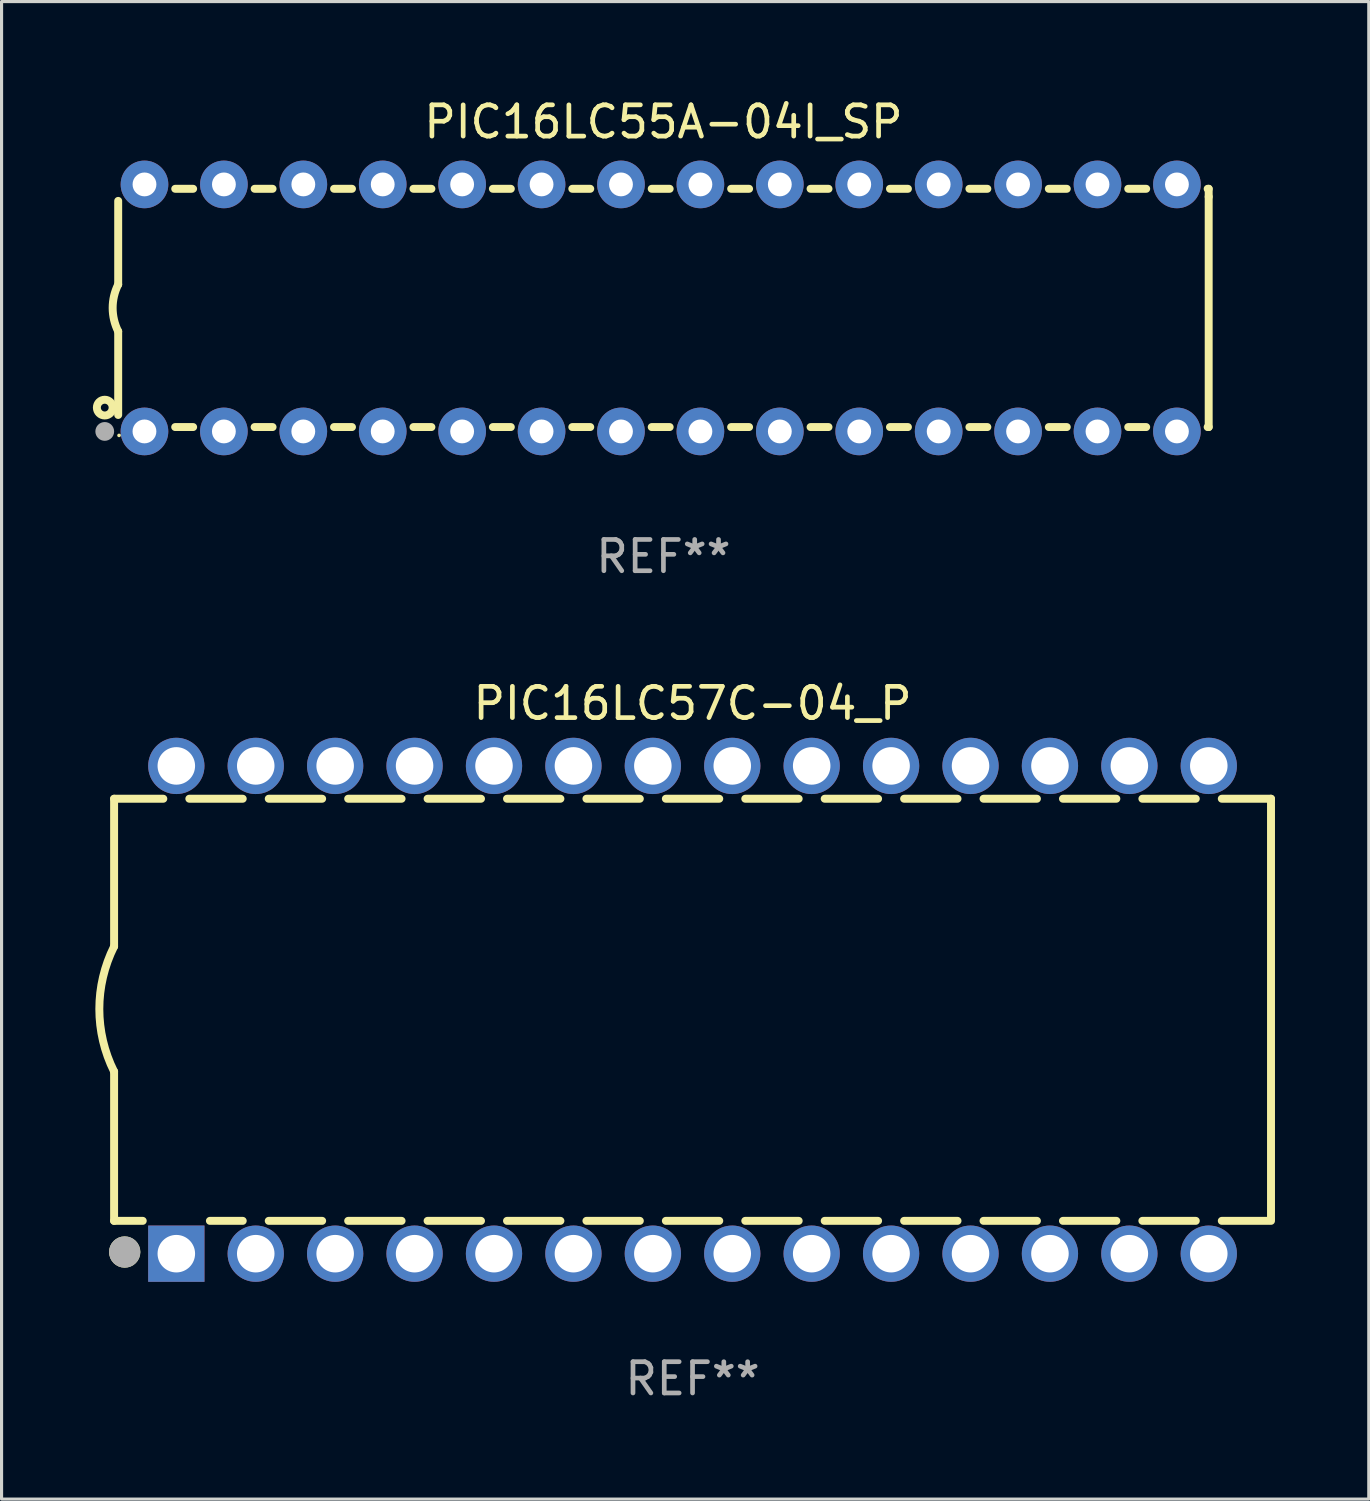
<source format=kicad_pcb>
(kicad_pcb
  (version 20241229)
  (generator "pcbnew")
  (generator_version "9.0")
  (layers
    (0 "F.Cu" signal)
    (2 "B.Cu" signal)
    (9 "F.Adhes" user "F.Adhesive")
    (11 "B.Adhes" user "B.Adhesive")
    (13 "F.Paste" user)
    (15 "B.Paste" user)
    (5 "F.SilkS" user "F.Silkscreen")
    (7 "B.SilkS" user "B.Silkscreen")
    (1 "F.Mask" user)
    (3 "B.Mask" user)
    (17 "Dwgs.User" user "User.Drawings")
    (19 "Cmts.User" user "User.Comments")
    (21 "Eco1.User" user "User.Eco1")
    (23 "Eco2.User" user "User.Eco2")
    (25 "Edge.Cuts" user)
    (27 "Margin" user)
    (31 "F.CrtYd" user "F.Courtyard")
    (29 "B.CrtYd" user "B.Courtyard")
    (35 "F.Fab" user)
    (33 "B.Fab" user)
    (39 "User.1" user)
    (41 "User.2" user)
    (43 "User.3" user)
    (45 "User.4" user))
  (footprint "PIC16LC55A-04I_SP"
    (layer "F.Cu")
    (at 18.168 6.798)
    (property "Reference" "PIC16LC55A-04I_SP" (at 0 -5.95 0) (layer "F.SilkS") (effects (font (size 1 1) (thickness 0.15))))
    (attr through_hole)
    (fp_line (start -17.438 0.75) (end -17.438 3.423) (stroke (width 0.254) (type solid)) (layer "F.SilkS"))
    (fp_line (start -17.438 -3.423) (end -17.438 -0.75) (stroke (width 0.254) (type solid)) (layer "F.SilkS"))
    (fp_line (start -15.615 3.81) (end -15.041 3.81) (stroke (width 0.254) (type solid)) (layer "F.SilkS"))
    (fp_line (start -15.041 -3.81) (end -15.614 -3.81) (stroke (width 0.254) (type solid)) (layer "F.SilkS"))
    (fp_line (start -13.075 3.81) (end -12.501 3.81) (stroke (width 0.254) (type solid)) (layer "F.SilkS"))
    (fp_line (start -12.501 -3.81) (end -13.074 -3.81) (stroke (width 0.254) (type solid)) (layer "F.SilkS"))
    (fp_line (start -10.535 3.81) (end -9.961 3.81) (stroke (width 0.254) (type solid)) (layer "F.SilkS"))
    (fp_line (start -9.961 -3.81) (end -10.534 -3.81) (stroke (width 0.254) (type solid)) (layer "F.SilkS"))
    (fp_line (start -7.995 3.81) (end -7.421 3.81) (stroke (width 0.254) (type solid)) (layer "F.SilkS"))
    (fp_line (start -7.421 -3.81) (end -7.995 -3.81) (stroke (width 0.254) (type solid)) (layer "F.SilkS"))
    (fp_line (start -5.455 3.81) (end -4.881 3.81) (stroke (width 0.254) (type solid)) (layer "F.SilkS"))
    (fp_line (start -4.881 -3.81) (end -5.455 -3.81) (stroke (width 0.254) (type solid)) (layer "F.SilkS"))
    (fp_line (start -2.915 3.81) (end -2.341 3.81) (stroke (width 0.254) (type solid)) (layer "F.SilkS"))
    (fp_line (start -2.341 -3.81) (end -2.915 -3.81) (stroke (width 0.254) (type solid)) (layer "F.SilkS"))
    (fp_line (start -0.375 3.81) (end 0.199 3.81) (stroke (width 0.254) (type solid)) (layer "F.SilkS"))
    (fp_line (start 0.199 -3.81) (end -0.375 -3.81) (stroke (width 0.254) (type solid)) (layer "F.SilkS"))
    (fp_line (start 2.165 3.81) (end 2.739 3.81) (stroke (width 0.254) (type solid)) (layer "F.SilkS"))
    (fp_line (start 2.739 -3.81) (end 2.165 -3.81) (stroke (width 0.254) (type solid)) (layer "F.SilkS"))
    (fp_line (start 4.705 3.81) (end 5.279 3.81) (stroke (width 0.254) (type solid)) (layer "F.SilkS"))
    (fp_line (start 5.279 -3.81) (end 4.705 -3.81) (stroke (width 0.254) (type solid)) (layer "F.SilkS"))
    (fp_line (start 7.245 3.81) (end 7.819 3.81) (stroke (width 0.254) (type solid)) (layer "F.SilkS"))
    (fp_line (start 7.819 -3.81) (end 7.245 -3.81) (stroke (width 0.254) (type solid)) (layer "F.SilkS"))
    (fp_line (start 9.785 3.81) (end 10.359 3.81) (stroke (width 0.254) (type solid)) (layer "F.SilkS"))
    (fp_line (start 10.359 -3.81) (end 9.785 -3.81) (stroke (width 0.254) (type solid)) (layer "F.SilkS"))
    (fp_line (start 12.325 3.81) (end 12.899 3.81) (stroke (width 0.254) (type solid)) (layer "F.SilkS"))
    (fp_line (start 12.899 -3.81) (end 12.325 -3.81) (stroke (width 0.254) (type solid)) (layer "F.SilkS"))
    (fp_line (start 14.865 3.81) (end 15.439 3.81) (stroke (width 0.254) (type solid)) (layer "F.SilkS"))
    (fp_line (start 15.439 -3.81) (end 14.865 -3.81) (stroke (width 0.254) (type solid)) (layer "F.SilkS"))
    (fp_line (start 17.405 3.81) (end 17.438 3.81) (stroke (width 0.254) (type solid)) (layer "F.SilkS"))
    (fp_line (start 17.438 -3.81) (end 17.405 -3.81) (stroke (width 0.254) (type solid)) (layer "F.SilkS"))
    (fp_line (start 17.438 -3.556) (end 17.438 -3.81) (stroke (width 0.254) (type solid)) (layer "F.SilkS"))
    (fp_line (start 17.438 3.81) (end 17.438 -3.556) (stroke (width 0.254) (type solid)) (layer "F.SilkS"))
    (fp_arc (start -17.437986 0.749657) (mid -17.614887 -0.000024) (end -17.437783 -0.749657) (stroke (width 0.254001) (type solid)) (layer "F.SilkS"))
    (fp_circle (center -17.868 3.188) (end -17.743 3.188) (stroke (width 0.254) (type solid)) (fill no) (layer "F.SilkS"))
    (fp_circle (center -17.411 4.077) (end -17.381 4.077) (stroke (width 0.06) (type solid)) (fill no) (layer "F.SilkS"))
    (fp_circle (center -17.868 3.95) (end -17.718 3.95) (stroke (width 0.3) (type solid)) (fill no) (layer "F.Fab"))
    (fp_text user "REF**" (at 0 7.95 0) (layer "F.Fab") (effects (font (size 1 1) (thickness 0.15))))
    (pad "1" thru_hole circle (at -16.598 3.95) (size 1.524 1.524) (drill 0.762) (layers "*.Cu" "*.Mask"))
    (pad "2" thru_hole circle (at -14.058 3.95) (size 1.524 1.524) (drill 0.762) (layers "*.Cu" "*.Mask"))
    (pad "3" thru_hole circle (at -11.518 3.95) (size 1.524 1.524) (drill 0.762) (layers "*.Cu" "*.Mask"))
    (pad "4" thru_hole circle (at -8.978 3.95) (size 1.524 1.524) (drill 0.762) (layers "*.Cu" "*.Mask"))
    (pad "5" thru_hole circle (at -6.438 3.95) (size 1.524 1.524) (drill 0.762) (layers "*.Cu" "*.Mask"))
    (pad "6" thru_hole circle (at -3.898 3.95) (size 1.524 1.524) (drill 0.762) (layers "*.Cu" "*.Mask"))
    (pad "7" thru_hole circle (at -1.358 3.95) (size 1.524 1.524) (drill 0.762) (layers "*.Cu" "*.Mask"))
    (pad "8" thru_hole circle (at 1.182 3.95) (size 1.524 1.524) (drill 0.762) (layers "*.Cu" "*.Mask"))
    (pad "9" thru_hole circle (at 3.722 3.95) (size 1.524 1.524) (drill 0.762) (layers "*.Cu" "*.Mask"))
    (pad "10" thru_hole circle (at 6.262 3.95) (size 1.524 1.524) (drill 0.762) (layers "*.Cu" "*.Mask"))
    (pad "11" thru_hole circle (at 8.802 3.95) (size 1.524 1.524) (drill 0.762) (layers "*.Cu" "*.Mask"))
    (pad "12" thru_hole circle (at 11.342 3.95) (size 1.524 1.524) (drill 0.762) (layers "*.Cu" "*.Mask"))
    (pad "13" thru_hole circle (at 13.882 3.95) (size 1.524 1.524) (drill 0.762) (layers "*.Cu" "*.Mask"))
    (pad "14" thru_hole circle (at 16.422 3.95) (size 1.524 1.524) (drill 0.762) (layers "*.Cu" "*.Mask"))
    (pad "15" thru_hole circle (at 16.422 -3.95) (size 1.524 1.524) (drill 0.762) (layers "*.Cu" "*.Mask"))
    (pad "16" thru_hole circle (at 13.882 -3.95) (size 1.524 1.524) (drill 0.762) (layers "*.Cu" "*.Mask"))
    (pad "17" thru_hole circle (at 11.342 -3.95) (size 1.524 1.524) (drill 0.762) (layers "*.Cu" "*.Mask"))
    (pad "18" thru_hole circle (at 8.802 -3.95) (size 1.524 1.524) (drill 0.762) (layers "*.Cu" "*.Mask"))
    (pad "19" thru_hole circle (at 6.262 -3.95) (size 1.524 1.524) (drill 0.762) (layers "*.Cu" "*.Mask"))
    (pad "20" thru_hole circle (at 3.722 -3.95) (size 1.524 1.524) (drill 0.762) (layers "*.Cu" "*.Mask"))
    (pad "21" thru_hole circle (at 1.182 -3.95) (size 1.524 1.524) (drill 0.762) (layers "*.Cu" "*.Mask"))
    (pad "22" thru_hole circle (at -1.358 -3.95) (size 1.524 1.524) (drill 0.762) (layers "*.Cu" "*.Mask"))
    (pad "23" thru_hole circle (at -3.898 -3.95) (size 1.524 1.524) (drill 0.762) (layers "*.Cu" "*.Mask"))
    (pad "24" thru_hole circle (at -6.438 -3.95) (size 1.524 1.524) (drill 0.762) (layers "*.Cu" "*.Mask"))
    (pad "25" thru_hole circle (at -8.978 -3.95) (size 1.524 1.524) (drill 0.762) (layers "*.Cu" "*.Mask"))
    (pad "26" thru_hole circle (at -11.517 -3.95) (size 1.524 1.524) (drill 0.762) (layers "*.Cu" "*.Mask"))
    (pad "27" thru_hole circle (at -14.057 -3.95) (size 1.524 1.524) (drill 0.762) (layers "*.Cu" "*.Mask"))
    (pad "28" thru_hole circle (at -16.597 -3.95) (size 1.524 1.524) (drill 0.762) (layers "*.Cu" "*.Mask")))
  (footprint "PIC16LC57C-04_P"
    (layer "F.Cu")
    (at 19.099 29.245)
    (property "Reference" "PIC16LC57C-04_P" (at 0 -9.8 0) (layer "F.SilkS") (effects (font (size 1 1) (thickness 0.15))))
    (attr through_hole)
    (fp_line (start -18.5 -6.75) (end -18.5 -2.026) (stroke (width 0.254) (type solid)) (layer "F.SilkS"))
    (fp_line (start -18.5 -6.75) (end -16.926 -6.75) (stroke (width 0.254) (type solid)) (layer "F.SilkS"))
    (fp_line (start -18.5 6.75) (end -18.5 1.974) (stroke (width 0.254) (type solid)) (layer "F.SilkS"))
    (fp_line (start -18.5 6.75) (end -17.584 6.75) (stroke (width 0.254) (type solid)) (layer "F.SilkS"))
    (fp_line (start -16.094 -6.75) (end -14.386 -6.75) (stroke (width 0.254) (type solid)) (layer "F.SilkS"))
    (fp_line (start -15.436 6.75) (end -14.386 6.75) (stroke (width 0.254) (type solid)) (layer "F.SilkS"))
    (fp_line (start -13.554 -6.75) (end -11.846 -6.75) (stroke (width 0.254) (type solid)) (layer "F.SilkS"))
    (fp_line (start -13.554 6.75) (end -11.846 6.75) (stroke (width 0.254) (type solid)) (layer "F.SilkS"))
    (fp_line (start -11.014 -6.75) (end -9.306 -6.75) (stroke (width 0.254) (type solid)) (layer "F.SilkS"))
    (fp_line (start -11.014 6.75) (end -9.306 6.75) (stroke (width 0.254) (type solid)) (layer "F.SilkS"))
    (fp_line (start -8.474 -6.75) (end -6.766 -6.75) (stroke (width 0.254) (type solid)) (layer "F.SilkS"))
    (fp_line (start -8.474 6.75) (end -6.766 6.75) (stroke (width 0.254) (type solid)) (layer "F.SilkS"))
    (fp_line (start -5.934 -6.75) (end -4.226 -6.75) (stroke (width 0.254) (type solid)) (layer "F.SilkS"))
    (fp_line (start -5.934 6.75) (end -4.226 6.75) (stroke (width 0.254) (type solid)) (layer "F.SilkS"))
    (fp_line (start -3.394 -6.75) (end -1.686 -6.75) (stroke (width 0.254) (type solid)) (layer "F.SilkS"))
    (fp_line (start -3.394 6.75) (end -1.686 6.75) (stroke (width 0.254) (type solid)) (layer "F.SilkS"))
    (fp_line (start -0.854 -6.75) (end 0.854 -6.75) (stroke (width 0.254) (type solid)) (layer "F.SilkS"))
    (fp_line (start -0.854 6.75) (end 0.854 6.75) (stroke (width 0.254) (type solid)) (layer "F.SilkS"))
    (fp_line (start 1.686 -6.75) (end 3.394 -6.75) (stroke (width 0.254) (type solid)) (layer "F.SilkS"))
    (fp_line (start 1.686 6.75) (end 3.394 6.75) (stroke (width 0.254) (type solid)) (layer "F.SilkS"))
    (fp_line (start 4.226 -6.75) (end 5.934 -6.75) (stroke (width 0.254) (type solid)) (layer "F.SilkS"))
    (fp_line (start 4.226 6.75) (end 5.934 6.75) (stroke (width 0.254) (type solid)) (layer "F.SilkS"))
    (fp_line (start 6.766 -6.75) (end 8.474 -6.75) (stroke (width 0.254) (type solid)) (layer "F.SilkS"))
    (fp_line (start 6.766 6.75) (end 8.474 6.75) (stroke (width 0.254) (type solid)) (layer "F.SilkS"))
    (fp_line (start 9.306 -6.75) (end 11.014 -6.75) (stroke (width 0.254) (type solid)) (layer "F.SilkS"))
    (fp_line (start 9.306 6.75) (end 11.014 6.75) (stroke (width 0.254) (type solid)) (layer "F.SilkS"))
    (fp_line (start 11.846 -6.75) (end 13.554 -6.75) (stroke (width 0.254) (type solid)) (layer "F.SilkS"))
    (fp_line (start 11.846 6.75) (end 13.554 6.75) (stroke (width 0.254) (type solid)) (layer "F.SilkS"))
    (fp_line (start 14.386 -6.75) (end 16.094 -6.75) (stroke (width 0.254) (type solid)) (layer "F.SilkS"))
    (fp_line (start 14.386 6.75) (end 16.094 6.75) (stroke (width 0.254) (type solid)) (layer "F.SilkS"))
    (fp_line (start 16.926 -6.75) (end 18.5 -6.75) (stroke (width 0.254) (type solid)) (layer "F.SilkS"))
    (fp_line (start 16.926 6.75) (end 18.415 6.75) (stroke (width 0.254) (type solid)) (layer "F.SilkS"))
    (fp_line (start 18.5 6.75) (end 18.5 -6.75) (stroke (width 0.254) (type solid)) (layer "F.SilkS"))
    (fp_arc (start -18.500051 1.974384) (mid -18.972187 -0.025616) (end -18.500051 -2.025616) (stroke (width 0.254001) (type solid)) (layer "F.SilkS"))
    (fp_circle (center -18.5 7.8) (end -18.47 7.8) (stroke (width 0.06) (type solid)) (fill no) (layer "F.SilkS"))
    (fp_circle (center -18.161 7.747) (end -17.911 7.747) (stroke (width 0.5) (type solid)) (fill no) (layer "F.SilkS"))
    (fp_circle (center -18.161 7.747) (end -17.911 7.747) (stroke (width 0.5) (type solid)) (fill no) (layer "F.Fab"))
    (fp_text user "REF**" (at 0 11.8 0) (layer "F.Fab") (effects (font (size 1 1) (thickness 0.15))))
    (pad "1" thru_hole rect (at -16.51 7.8) (size 1.8 1.8) (drill 1.2) (layers "*.Cu" "*.Mask"))
    (pad "2" thru_hole circle (at -13.97 7.8) (size 1.8 1.8) (drill 1.2) (layers "*.Cu" "*.Mask"))
    (pad "3" thru_hole circle (at -11.43 7.8) (size 1.8 1.8) (drill 1.2) (layers "*.Cu" "*.Mask"))
    (pad "4" thru_hole circle (at -8.89 7.8) (size 1.8 1.8) (drill 1.2) (layers "*.Cu" "*.Mask"))
    (pad "5" thru_hole circle (at -6.35 7.8) (size 1.8 1.8) (drill 1.2) (layers "*.Cu" "*.Mask"))
    (pad "6" thru_hole circle (at -3.81 7.8) (size 1.8 1.8) (drill 1.2) (layers "*.Cu" "*.Mask"))
    (pad "7" thru_hole circle (at -1.27 7.8) (size 1.8 1.8) (drill 1.2) (layers "*.Cu" "*.Mask"))
    (pad "8" thru_hole circle (at 1.27 7.8) (size 1.8 1.8) (drill 1.2) (layers "*.Cu" "*.Mask"))
    (pad "9" thru_hole circle (at 3.81 7.8) (size 1.8 1.8) (drill 1.2) (layers "*.Cu" "*.Mask"))
    (pad "10" thru_hole circle (at 6.35 7.8) (size 1.8 1.8) (drill 1.2) (layers "*.Cu" "*.Mask"))
    (pad "11" thru_hole circle (at 8.89 7.8) (size 1.8 1.8) (drill 1.2) (layers "*.Cu" "*.Mask"))
    (pad "12" thru_hole circle (at 11.43 7.8) (size 1.8 1.8) (drill 1.2) (layers "*.Cu" "*.Mask"))
    (pad "13" thru_hole circle (at 13.97 7.8) (size 1.8 1.8) (drill 1.2) (layers "*.Cu" "*.Mask"))
    (pad "14" thru_hole circle (at 16.51 7.8) (size 1.8 1.8) (drill 1.2) (layers "*.Cu" "*.Mask"))
    (pad "15" thru_hole circle (at 16.51 -7.8) (size 1.8 1.8) (drill 1.2) (layers "*.Cu" "*.Mask"))
    (pad "16" thru_hole circle (at 13.97 -7.8) (size 1.8 1.8) (drill 1.2) (layers "*.Cu" "*.Mask"))
    (pad "17" thru_hole circle (at 11.43 -7.8) (size 1.8 1.8) (drill 1.2) (layers "*.Cu" "*.Mask"))
    (pad "18" thru_hole circle (at 8.89 -7.8) (size 1.8 1.8) (drill 1.2) (layers "*.Cu" "*.Mask"))
    (pad "19" thru_hole circle (at 6.35 -7.8) (size 1.8 1.8) (drill 1.2) (layers "*.Cu" "*.Mask"))
    (pad "20" thru_hole circle (at 3.81 -7.8) (size 1.8 1.8) (drill 1.2) (layers "*.Cu" "*.Mask"))
    (pad "21" thru_hole circle (at 1.27 -7.8) (size 1.8 1.8) (drill 1.2) (layers "*.Cu" "*.Mask"))
    (pad "22" thru_hole circle (at -1.27 -7.8) (size 1.8 1.8) (drill 1.2) (layers "*.Cu" "*.Mask"))
    (pad "23" thru_hole circle (at -3.81 -7.8) (size 1.8 1.8) (drill 1.2) (layers "*.Cu" "*.Mask"))
    (pad "24" thru_hole circle (at -6.35 -7.8) (size 1.8 1.8) (drill 1.2) (layers "*.Cu" "*.Mask"))
    (pad "25" thru_hole circle (at -8.89 -7.8) (size 1.8 1.8) (drill 1.2) (layers "*.Cu" "*.Mask"))
    (pad "26" thru_hole circle (at -11.43 -7.8) (size 1.8 1.8) (drill 1.2) (layers "*.Cu" "*.Mask"))
    (pad "27" thru_hole circle (at -13.97 -7.8) (size 1.8 1.8) (drill 1.2) (layers "*.Cu" "*.Mask"))
    (pad "28" thru_hole circle (at -16.51 -7.8) (size 1.8 1.8) (drill 1.2) (layers "*.Cu" "*.Mask")))
  (gr_rect
    (start -3 -3)
    (end 40.726 44.893)
    (stroke (width 0.1) (type default))
    (fill no)
    (layer "Edge.Cuts")))
</source>
